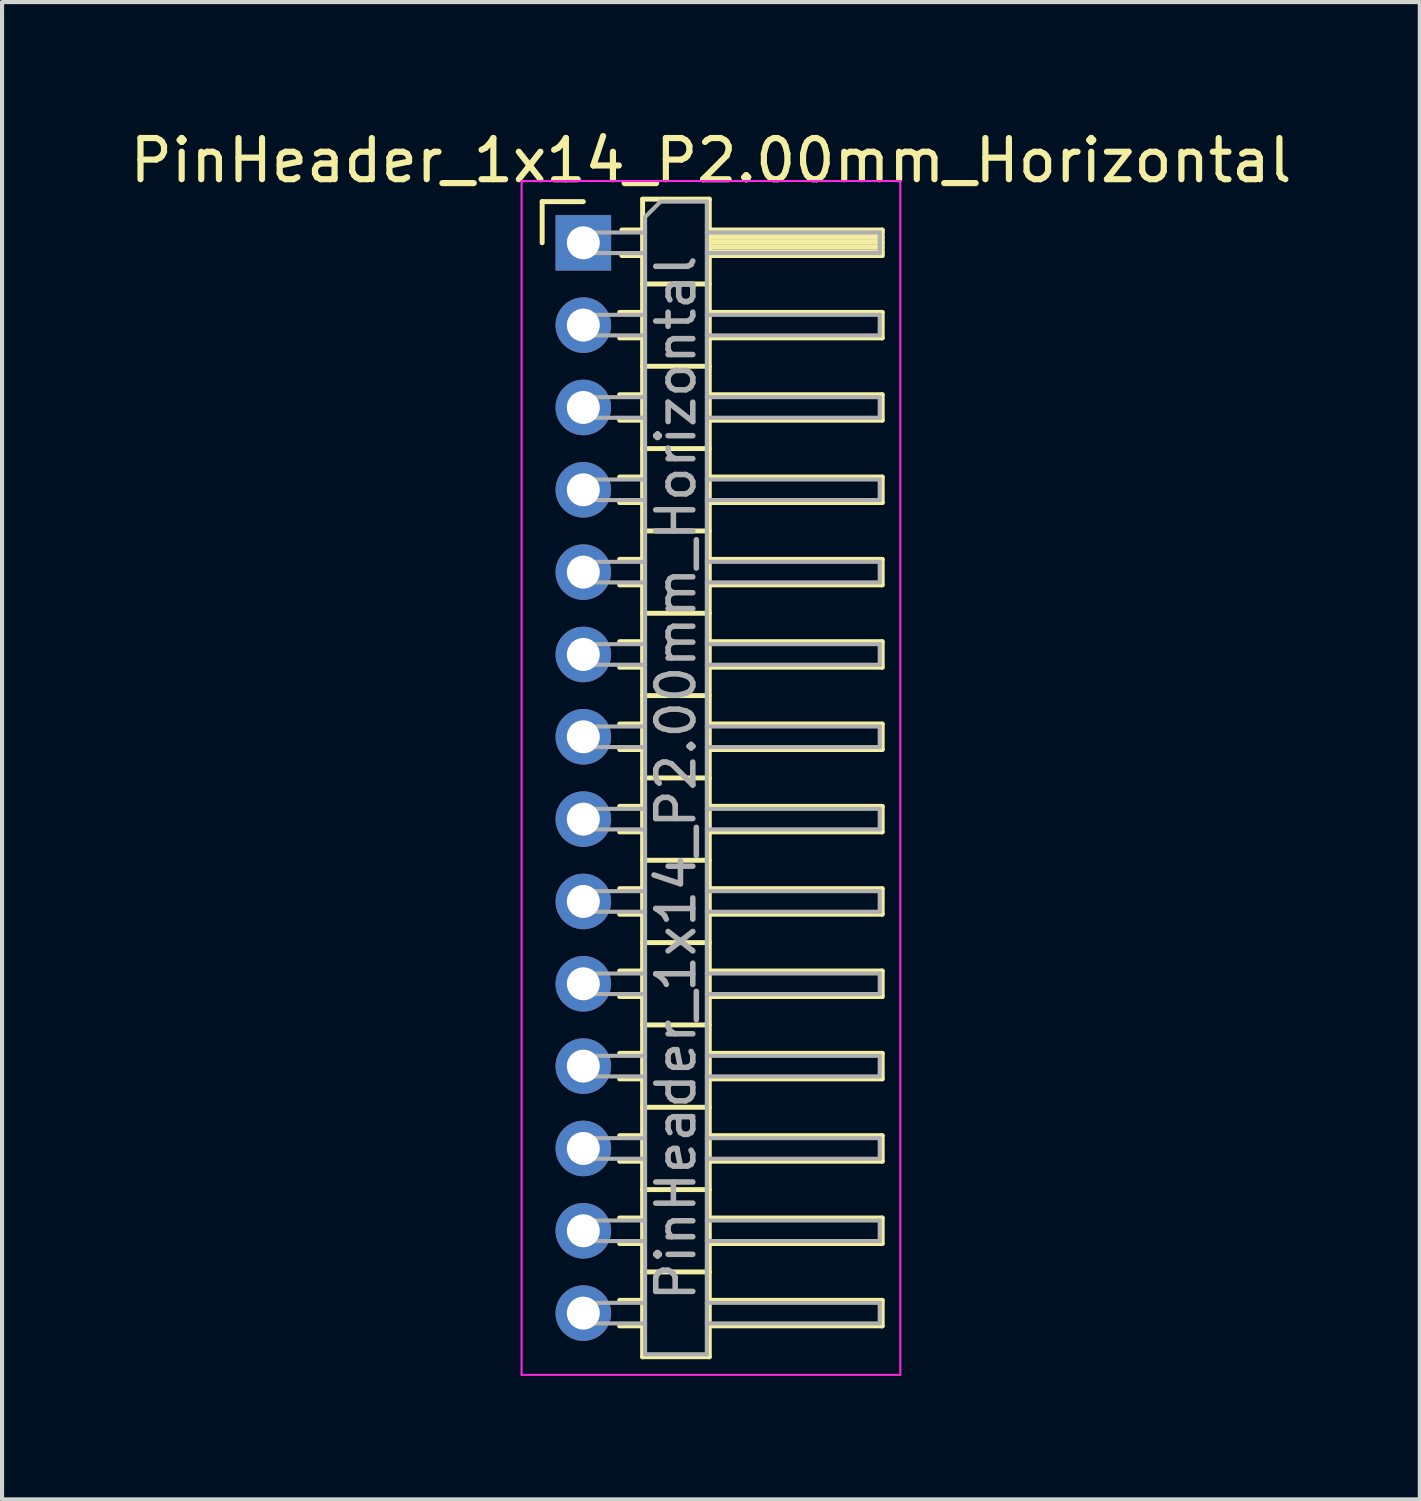
<source format=kicad_pcb>
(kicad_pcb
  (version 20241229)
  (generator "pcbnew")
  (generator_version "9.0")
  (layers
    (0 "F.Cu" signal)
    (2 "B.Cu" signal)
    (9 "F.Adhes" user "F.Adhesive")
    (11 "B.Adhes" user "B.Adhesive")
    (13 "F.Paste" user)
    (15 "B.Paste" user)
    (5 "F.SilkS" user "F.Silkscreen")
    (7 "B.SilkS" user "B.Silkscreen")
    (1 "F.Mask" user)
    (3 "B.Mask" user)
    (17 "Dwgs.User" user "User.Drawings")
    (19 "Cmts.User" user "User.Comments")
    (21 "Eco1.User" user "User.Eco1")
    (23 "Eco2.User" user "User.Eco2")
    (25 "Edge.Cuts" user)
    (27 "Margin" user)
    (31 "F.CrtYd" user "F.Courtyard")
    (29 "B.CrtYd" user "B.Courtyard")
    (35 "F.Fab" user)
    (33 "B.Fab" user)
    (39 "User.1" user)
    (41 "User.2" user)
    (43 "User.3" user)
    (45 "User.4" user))
  (footprint "PinHeader_1x14_P2.00mm_Horizontal"
    (layer "F.Cu")
    (at 11.12 2.848)
    (property "Reference" "PinHeader_1x14_P2.00mm_Horizontal" (at 3.1 -2 0) (layer "F.SilkS") (effects (font (size 1 1) (thickness 0.15))))
    (attr through_hole)
    (fp_line (start -1 -1) (end 0 -1) (stroke (width 0.12) (type solid)) (layer "F.SilkS"))
    (fp_line (start -1 0) (end -1 -1) (stroke (width 0.12) (type solid)) (layer "F.SilkS"))
    (fp_line (start 0.882 1.69) (end 1.44 1.69) (stroke (width 0.12) (type solid)) (layer "F.SilkS"))
    (fp_line (start 0.882 2.31) (end 1.44 2.31) (stroke (width 0.12) (type solid)) (layer "F.SilkS"))
    (fp_line (start 0.882 3.69) (end 1.44 3.69) (stroke (width 0.12) (type solid)) (layer "F.SilkS"))
    (fp_line (start 0.882 4.31) (end 1.44 4.31) (stroke (width 0.12) (type solid)) (layer "F.SilkS"))
    (fp_line (start 0.882 5.69) (end 1.44 5.69) (stroke (width 0.12) (type solid)) (layer "F.SilkS"))
    (fp_line (start 0.882 6.31) (end 1.44 6.31) (stroke (width 0.12) (type solid)) (layer "F.SilkS"))
    (fp_line (start 0.882 7.69) (end 1.44 7.69) (stroke (width 0.12) (type solid)) (layer "F.SilkS"))
    (fp_line (start 0.882 8.31) (end 1.44 8.31) (stroke (width 0.12) (type solid)) (layer "F.SilkS"))
    (fp_line (start 0.882 9.69) (end 1.44 9.69) (stroke (width 0.12) (type solid)) (layer "F.SilkS"))
    (fp_line (start 0.882 10.31) (end 1.44 10.31) (stroke (width 0.12) (type solid)) (layer "F.SilkS"))
    (fp_line (start 0.882 11.69) (end 1.44 11.69) (stroke (width 0.12) (type solid)) (layer "F.SilkS"))
    (fp_line (start 0.882 12.31) (end 1.44 12.31) (stroke (width 0.12) (type solid)) (layer "F.SilkS"))
    (fp_line (start 0.882 13.69) (end 1.44 13.69) (stroke (width 0.12) (type solid)) (layer "F.SilkS"))
    (fp_line (start 0.882 14.31) (end 1.44 14.31) (stroke (width 0.12) (type solid)) (layer "F.SilkS"))
    (fp_line (start 0.882 15.69) (end 1.44 15.69) (stroke (width 0.12) (type solid)) (layer "F.SilkS"))
    (fp_line (start 0.882 16.31) (end 1.44 16.31) (stroke (width 0.12) (type solid)) (layer "F.SilkS"))
    (fp_line (start 0.882 17.69) (end 1.44 17.69) (stroke (width 0.12) (type solid)) (layer "F.SilkS"))
    (fp_line (start 0.882 18.31) (end 1.44 18.31) (stroke (width 0.12) (type solid)) (layer "F.SilkS"))
    (fp_line (start 0.882 19.69) (end 1.44 19.69) (stroke (width 0.12) (type solid)) (layer "F.SilkS"))
    (fp_line (start 0.882 20.31) (end 1.44 20.31) (stroke (width 0.12) (type solid)) (layer "F.SilkS"))
    (fp_line (start 0.882 21.69) (end 1.44 21.69) (stroke (width 0.12) (type solid)) (layer "F.SilkS"))
    (fp_line (start 0.882 22.31) (end 1.44 22.31) (stroke (width 0.12) (type solid)) (layer "F.SilkS"))
    (fp_line (start 0.882 23.69) (end 1.44 23.69) (stroke (width 0.12) (type solid)) (layer "F.SilkS"))
    (fp_line (start 0.882 24.31) (end 1.44 24.31) (stroke (width 0.12) (type solid)) (layer "F.SilkS"))
    (fp_line (start 0.882 25.69) (end 1.44 25.69) (stroke (width 0.12) (type solid)) (layer "F.SilkS"))
    (fp_line (start 0.882 26.31) (end 1.44 26.31) (stroke (width 0.12) (type solid)) (layer "F.SilkS"))
    (fp_line (start 0.935 -0.31) (end 1.44 -0.31) (stroke (width 0.12) (type solid)) (layer "F.SilkS"))
    (fp_line (start 0.935 0.31) (end 1.44 0.31) (stroke (width 0.12) (type solid)) (layer "F.SilkS"))
    (fp_line (start 1.44 -1.06) (end 1.44 27.06) (stroke (width 0.12) (type solid)) (layer "F.SilkS"))
    (fp_line (start 1.44 1) (end 3.06 1) (stroke (width 0.12) (type solid)) (layer "F.SilkS"))
    (fp_line (start 1.44 3) (end 3.06 3) (stroke (width 0.12) (type solid)) (layer "F.SilkS"))
    (fp_line (start 1.44 5) (end 3.06 5) (stroke (width 0.12) (type solid)) (layer "F.SilkS"))
    (fp_line (start 1.44 7) (end 3.06 7) (stroke (width 0.12) (type solid)) (layer "F.SilkS"))
    (fp_line (start 1.44 9) (end 3.06 9) (stroke (width 0.12) (type solid)) (layer "F.SilkS"))
    (fp_line (start 1.44 11) (end 3.06 11) (stroke (width 0.12) (type solid)) (layer "F.SilkS"))
    (fp_line (start 1.44 13) (end 3.06 13) (stroke (width 0.12) (type solid)) (layer "F.SilkS"))
    (fp_line (start 1.44 15) (end 3.06 15) (stroke (width 0.12) (type solid)) (layer "F.SilkS"))
    (fp_line (start 1.44 17) (end 3.06 17) (stroke (width 0.12) (type solid)) (layer "F.SilkS"))
    (fp_line (start 1.44 19) (end 3.06 19) (stroke (width 0.12) (type solid)) (layer "F.SilkS"))
    (fp_line (start 1.44 21) (end 3.06 21) (stroke (width 0.12) (type solid)) (layer "F.SilkS"))
    (fp_line (start 1.44 23) (end 3.06 23) (stroke (width 0.12) (type solid)) (layer "F.SilkS"))
    (fp_line (start 1.44 25) (end 3.06 25) (stroke (width 0.12) (type solid)) (layer "F.SilkS"))
    (fp_line (start 1.44 27.06) (end 3.06 27.06) (stroke (width 0.12) (type solid)) (layer "F.SilkS"))
    (fp_line (start 3.06 -1.06) (end 1.44 -1.06) (stroke (width 0.12) (type solid)) (layer "F.SilkS"))
    (fp_line (start 3.06 -0.31) (end 7.26 -0.31) (stroke (width 0.12) (type solid)) (layer "F.SilkS"))
    (fp_line (start 3.06 -0.25) (end 7.26 -0.25) (stroke (width 0.12) (type solid)) (layer "F.SilkS"))
    (fp_line (start 3.06 -0.13) (end 7.26 -0.13) (stroke (width 0.12) (type solid)) (layer "F.SilkS"))
    (fp_line (start 3.06 -0.01) (end 7.26 -0.01) (stroke (width 0.12) (type solid)) (layer "F.SilkS"))
    (fp_line (start 3.06 0.11) (end 7.26 0.11) (stroke (width 0.12) (type solid)) (layer "F.SilkS"))
    (fp_line (start 3.06 0.23) (end 7.26 0.23) (stroke (width 0.12) (type solid)) (layer "F.SilkS"))
    (fp_line (start 3.06 1.69) (end 7.26 1.69) (stroke (width 0.12) (type solid)) (layer "F.SilkS"))
    (fp_line (start 3.06 3.69) (end 7.26 3.69) (stroke (width 0.12) (type solid)) (layer "F.SilkS"))
    (fp_line (start 3.06 5.69) (end 7.26 5.69) (stroke (width 0.12) (type solid)) (layer "F.SilkS"))
    (fp_line (start 3.06 7.69) (end 7.26 7.69) (stroke (width 0.12) (type solid)) (layer "F.SilkS"))
    (fp_line (start 3.06 9.69) (end 7.26 9.69) (stroke (width 0.12) (type solid)) (layer "F.SilkS"))
    (fp_line (start 3.06 11.69) (end 7.26 11.69) (stroke (width 0.12) (type solid)) (layer "F.SilkS"))
    (fp_line (start 3.06 13.69) (end 7.26 13.69) (stroke (width 0.12) (type solid)) (layer "F.SilkS"))
    (fp_line (start 3.06 15.69) (end 7.26 15.69) (stroke (width 0.12) (type solid)) (layer "F.SilkS"))
    (fp_line (start 3.06 17.69) (end 7.26 17.69) (stroke (width 0.12) (type solid)) (layer "F.SilkS"))
    (fp_line (start 3.06 19.69) (end 7.26 19.69) (stroke (width 0.12) (type solid)) (layer "F.SilkS"))
    (fp_line (start 3.06 21.69) (end 7.26 21.69) (stroke (width 0.12) (type solid)) (layer "F.SilkS"))
    (fp_line (start 3.06 23.69) (end 7.26 23.69) (stroke (width 0.12) (type solid)) (layer "F.SilkS"))
    (fp_line (start 3.06 25.69) (end 7.26 25.69) (stroke (width 0.12) (type solid)) (layer "F.SilkS"))
    (fp_line (start 3.06 27.06) (end 3.06 -1.06) (stroke (width 0.12) (type solid)) (layer "F.SilkS"))
    (fp_line (start 7.26 -0.31) (end 7.26 0.31) (stroke (width 0.12) (type solid)) (layer "F.SilkS"))
    (fp_line (start 7.26 0.31) (end 3.06 0.31) (stroke (width 0.12) (type solid)) (layer "F.SilkS"))
    (fp_line (start 7.26 1.69) (end 7.26 2.31) (stroke (width 0.12) (type solid)) (layer "F.SilkS"))
    (fp_line (start 7.26 2.31) (end 3.06 2.31) (stroke (width 0.12) (type solid)) (layer "F.SilkS"))
    (fp_line (start 7.26 3.69) (end 7.26 4.31) (stroke (width 0.12) (type solid)) (layer "F.SilkS"))
    (fp_line (start 7.26 4.31) (end 3.06 4.31) (stroke (width 0.12) (type solid)) (layer "F.SilkS"))
    (fp_line (start 7.26 5.69) (end 7.26 6.31) (stroke (width 0.12) (type solid)) (layer "F.SilkS"))
    (fp_line (start 7.26 6.31) (end 3.06 6.31) (stroke (width 0.12) (type solid)) (layer "F.SilkS"))
    (fp_line (start 7.26 7.69) (end 7.26 8.31) (stroke (width 0.12) (type solid)) (layer "F.SilkS"))
    (fp_line (start 7.26 8.31) (end 3.06 8.31) (stroke (width 0.12) (type solid)) (layer "F.SilkS"))
    (fp_line (start 7.26 9.69) (end 7.26 10.31) (stroke (width 0.12) (type solid)) (layer "F.SilkS"))
    (fp_line (start 7.26 10.31) (end 3.06 10.31) (stroke (width 0.12) (type solid)) (layer "F.SilkS"))
    (fp_line (start 7.26 11.69) (end 7.26 12.31) (stroke (width 0.12) (type solid)) (layer "F.SilkS"))
    (fp_line (start 7.26 12.31) (end 3.06 12.31) (stroke (width 0.12) (type solid)) (layer "F.SilkS"))
    (fp_line (start 7.26 13.69) (end 7.26 14.31) (stroke (width 0.12) (type solid)) (layer "F.SilkS"))
    (fp_line (start 7.26 14.31) (end 3.06 14.31) (stroke (width 0.12) (type solid)) (layer "F.SilkS"))
    (fp_line (start 7.26 15.69) (end 7.26 16.31) (stroke (width 0.12) (type solid)) (layer "F.SilkS"))
    (fp_line (start 7.26 16.31) (end 3.06 16.31) (stroke (width 0.12) (type solid)) (layer "F.SilkS"))
    (fp_line (start 7.26 17.69) (end 7.26 18.31) (stroke (width 0.12) (type solid)) (layer "F.SilkS"))
    (fp_line (start 7.26 18.31) (end 3.06 18.31) (stroke (width 0.12) (type solid)) (layer "F.SilkS"))
    (fp_line (start 7.26 19.69) (end 7.26 20.31) (stroke (width 0.12) (type solid)) (layer "F.SilkS"))
    (fp_line (start 7.26 20.31) (end 3.06 20.31) (stroke (width 0.12) (type solid)) (layer "F.SilkS"))
    (fp_line (start 7.26 21.69) (end 7.26 22.31) (stroke (width 0.12) (type solid)) (layer "F.SilkS"))
    (fp_line (start 7.26 22.31) (end 3.06 22.31) (stroke (width 0.12) (type solid)) (layer "F.SilkS"))
    (fp_line (start 7.26 23.69) (end 7.26 24.31) (stroke (width 0.12) (type solid)) (layer "F.SilkS"))
    (fp_line (start 7.26 24.31) (end 3.06 24.31) (stroke (width 0.12) (type solid)) (layer "F.SilkS"))
    (fp_line (start 7.26 25.69) (end 7.26 26.31) (stroke (width 0.12) (type solid)) (layer "F.SilkS"))
    (fp_line (start 7.26 26.31) (end 3.06 26.31) (stroke (width 0.12) (type solid)) (layer "F.SilkS"))
    (fp_line (start -1.5 -1.5) (end -1.5 27.5) (stroke (width 0.05) (type solid)) (layer "F.CrtYd"))
    (fp_line (start -1.5 27.5) (end 7.7 27.5) (stroke (width 0.05) (type solid)) (layer "F.CrtYd"))
    (fp_line (start 7.7 -1.5) (end -1.5 -1.5) (stroke (width 0.05) (type solid)) (layer "F.CrtYd"))
    (fp_line (start 7.7 27.5) (end 7.7 -1.5) (stroke (width 0.05) (type solid)) (layer "F.CrtYd"))
    (fp_line (start -0.25 -0.25) (end -0.25 0.25) (stroke (width 0.1) (type solid)) (layer "F.Fab"))
    (fp_line (start -0.25 -0.25) (end 1.5 -0.25) (stroke (width 0.1) (type solid)) (layer "F.Fab"))
    (fp_line (start -0.25 0.25) (end 1.5 0.25) (stroke (width 0.1) (type solid)) (layer "F.Fab"))
    (fp_line (start -0.25 1.75) (end -0.25 2.25) (stroke (width 0.1) (type solid)) (layer "F.Fab"))
    (fp_line (start -0.25 1.75) (end 1.5 1.75) (stroke (width 0.1) (type solid)) (layer "F.Fab"))
    (fp_line (start -0.25 2.25) (end 1.5 2.25) (stroke (width 0.1) (type solid)) (layer "F.Fab"))
    (fp_line (start -0.25 3.75) (end -0.25 4.25) (stroke (width 0.1) (type solid)) (layer "F.Fab"))
    (fp_line (start -0.25 3.75) (end 1.5 3.75) (stroke (width 0.1) (type solid)) (layer "F.Fab"))
    (fp_line (start -0.25 4.25) (end 1.5 4.25) (stroke (width 0.1) (type solid)) (layer "F.Fab"))
    (fp_line (start -0.25 5.75) (end -0.25 6.25) (stroke (width 0.1) (type solid)) (layer "F.Fab"))
    (fp_line (start -0.25 5.75) (end 1.5 5.75) (stroke (width 0.1) (type solid)) (layer "F.Fab"))
    (fp_line (start -0.25 6.25) (end 1.5 6.25) (stroke (width 0.1) (type solid)) (layer "F.Fab"))
    (fp_line (start -0.25 7.75) (end -0.25 8.25) (stroke (width 0.1) (type solid)) (layer "F.Fab"))
    (fp_line (start -0.25 7.75) (end 1.5 7.75) (stroke (width 0.1) (type solid)) (layer "F.Fab"))
    (fp_line (start -0.25 8.25) (end 1.5 8.25) (stroke (width 0.1) (type solid)) (layer "F.Fab"))
    (fp_line (start -0.25 9.75) (end -0.25 10.25) (stroke (width 0.1) (type solid)) (layer "F.Fab"))
    (fp_line (start -0.25 9.75) (end 1.5 9.75) (stroke (width 0.1) (type solid)) (layer "F.Fab"))
    (fp_line (start -0.25 10.25) (end 1.5 10.25) (stroke (width 0.1) (type solid)) (layer "F.Fab"))
    (fp_line (start -0.25 11.75) (end -0.25 12.25) (stroke (width 0.1) (type solid)) (layer "F.Fab"))
    (fp_line (start -0.25 11.75) (end 1.5 11.75) (stroke (width 0.1) (type solid)) (layer "F.Fab"))
    (fp_line (start -0.25 12.25) (end 1.5 12.25) (stroke (width 0.1) (type solid)) (layer "F.Fab"))
    (fp_line (start -0.25 13.75) (end -0.25 14.25) (stroke (width 0.1) (type solid)) (layer "F.Fab"))
    (fp_line (start -0.25 13.75) (end 1.5 13.75) (stroke (width 0.1) (type solid)) (layer "F.Fab"))
    (fp_line (start -0.25 14.25) (end 1.5 14.25) (stroke (width 0.1) (type solid)) (layer "F.Fab"))
    (fp_line (start -0.25 15.75) (end -0.25 16.25) (stroke (width 0.1) (type solid)) (layer "F.Fab"))
    (fp_line (start -0.25 15.75) (end 1.5 15.75) (stroke (width 0.1) (type solid)) (layer "F.Fab"))
    (fp_line (start -0.25 16.25) (end 1.5 16.25) (stroke (width 0.1) (type solid)) (layer "F.Fab"))
    (fp_line (start -0.25 17.75) (end -0.25 18.25) (stroke (width 0.1) (type solid)) (layer "F.Fab"))
    (fp_line (start -0.25 17.75) (end 1.5 17.75) (stroke (width 0.1) (type solid)) (layer "F.Fab"))
    (fp_line (start -0.25 18.25) (end 1.5 18.25) (stroke (width 0.1) (type solid)) (layer "F.Fab"))
    (fp_line (start -0.25 19.75) (end -0.25 20.25) (stroke (width 0.1) (type solid)) (layer "F.Fab"))
    (fp_line (start -0.25 19.75) (end 1.5 19.75) (stroke (width 0.1) (type solid)) (layer "F.Fab"))
    (fp_line (start -0.25 20.25) (end 1.5 20.25) (stroke (width 0.1) (type solid)) (layer "F.Fab"))
    (fp_line (start -0.25 21.75) (end -0.25 22.25) (stroke (width 0.1) (type solid)) (layer "F.Fab"))
    (fp_line (start -0.25 21.75) (end 1.5 21.75) (stroke (width 0.1) (type solid)) (layer "F.Fab"))
    (fp_line (start -0.25 22.25) (end 1.5 22.25) (stroke (width 0.1) (type solid)) (layer "F.Fab"))
    (fp_line (start -0.25 23.75) (end -0.25 24.25) (stroke (width 0.1) (type solid)) (layer "F.Fab"))
    (fp_line (start -0.25 23.75) (end 1.5 23.75) (stroke (width 0.1) (type solid)) (layer "F.Fab"))
    (fp_line (start -0.25 24.25) (end 1.5 24.25) (stroke (width 0.1) (type solid)) (layer "F.Fab"))
    (fp_line (start -0.25 25.75) (end -0.25 26.25) (stroke (width 0.1) (type solid)) (layer "F.Fab"))
    (fp_line (start -0.25 25.75) (end 1.5 25.75) (stroke (width 0.1) (type solid)) (layer "F.Fab"))
    (fp_line (start -0.25 26.25) (end 1.5 26.25) (stroke (width 0.1) (type solid)) (layer "F.Fab"))
    (fp_line (start 1.5 -0.625) (end 1.875 -1) (stroke (width 0.1) (type solid)) (layer "F.Fab"))
    (fp_line (start 1.5 27) (end 1.5 -0.625) (stroke (width 0.1) (type solid)) (layer "F.Fab"))
    (fp_line (start 1.875 -1) (end 3 -1) (stroke (width 0.1) (type solid)) (layer "F.Fab"))
    (fp_line (start 3 -1) (end 3 27) (stroke (width 0.1) (type solid)) (layer "F.Fab"))
    (fp_line (start 3 -0.25) (end 7.2 -0.25) (stroke (width 0.1) (type solid)) (layer "F.Fab"))
    (fp_line (start 3 0.25) (end 7.2 0.25) (stroke (width 0.1) (type solid)) (layer "F.Fab"))
    (fp_line (start 3 1.75) (end 7.2 1.75) (stroke (width 0.1) (type solid)) (layer "F.Fab"))
    (fp_line (start 3 2.25) (end 7.2 2.25) (stroke (width 0.1) (type solid)) (layer "F.Fab"))
    (fp_line (start 3 3.75) (end 7.2 3.75) (stroke (width 0.1) (type solid)) (layer "F.Fab"))
    (fp_line (start 3 4.25) (end 7.2 4.25) (stroke (width 0.1) (type solid)) (layer "F.Fab"))
    (fp_line (start 3 5.75) (end 7.2 5.75) (stroke (width 0.1) (type solid)) (layer "F.Fab"))
    (fp_line (start 3 6.25) (end 7.2 6.25) (stroke (width 0.1) (type solid)) (layer "F.Fab"))
    (fp_line (start 3 7.75) (end 7.2 7.75) (stroke (width 0.1) (type solid)) (layer "F.Fab"))
    (fp_line (start 3 8.25) (end 7.2 8.25) (stroke (width 0.1) (type solid)) (layer "F.Fab"))
    (fp_line (start 3 9.75) (end 7.2 9.75) (stroke (width 0.1) (type solid)) (layer "F.Fab"))
    (fp_line (start 3 10.25) (end 7.2 10.25) (stroke (width 0.1) (type solid)) (layer "F.Fab"))
    (fp_line (start 3 11.75) (end 7.2 11.75) (stroke (width 0.1) (type solid)) (layer "F.Fab"))
    (fp_line (start 3 12.25) (end 7.2 12.25) (stroke (width 0.1) (type solid)) (layer "F.Fab"))
    (fp_line (start 3 13.75) (end 7.2 13.75) (stroke (width 0.1) (type solid)) (layer "F.Fab"))
    (fp_line (start 3 14.25) (end 7.2 14.25) (stroke (width 0.1) (type solid)) (layer "F.Fab"))
    (fp_line (start 3 15.75) (end 7.2 15.75) (stroke (width 0.1) (type solid)) (layer "F.Fab"))
    (fp_line (start 3 16.25) (end 7.2 16.25) (stroke (width 0.1) (type solid)) (layer "F.Fab"))
    (fp_line (start 3 17.75) (end 7.2 17.75) (stroke (width 0.1) (type solid)) (layer "F.Fab"))
    (fp_line (start 3 18.25) (end 7.2 18.25) (stroke (width 0.1) (type solid)) (layer "F.Fab"))
    (fp_line (start 3 19.75) (end 7.2 19.75) (stroke (width 0.1) (type solid)) (layer "F.Fab"))
    (fp_line (start 3 20.25) (end 7.2 20.25) (stroke (width 0.1) (type solid)) (layer "F.Fab"))
    (fp_line (start 3 21.75) (end 7.2 21.75) (stroke (width 0.1) (type solid)) (layer "F.Fab"))
    (fp_line (start 3 22.25) (end 7.2 22.25) (stroke (width 0.1) (type solid)) (layer "F.Fab"))
    (fp_line (start 3 23.75) (end 7.2 23.75) (stroke (width 0.1) (type solid)) (layer "F.Fab"))
    (fp_line (start 3 24.25) (end 7.2 24.25) (stroke (width 0.1) (type solid)) (layer "F.Fab"))
    (fp_line (start 3 25.75) (end 7.2 25.75) (stroke (width 0.1) (type solid)) (layer "F.Fab"))
    (fp_line (start 3 26.25) (end 7.2 26.25) (stroke (width 0.1) (type solid)) (layer "F.Fab"))
    (fp_line (start 3 27) (end 1.5 27) (stroke (width 0.1) (type solid)) (layer "F.Fab"))
    (fp_line (start 7.2 -0.25) (end 7.2 0.25) (stroke (width 0.1) (type solid)) (layer "F.Fab"))
    (fp_line (start 7.2 1.75) (end 7.2 2.25) (stroke (width 0.1) (type solid)) (layer "F.Fab"))
    (fp_line (start 7.2 3.75) (end 7.2 4.25) (stroke (width 0.1) (type solid)) (layer "F.Fab"))
    (fp_line (start 7.2 5.75) (end 7.2 6.25) (stroke (width 0.1) (type solid)) (layer "F.Fab"))
    (fp_line (start 7.2 7.75) (end 7.2 8.25) (stroke (width 0.1) (type solid)) (layer "F.Fab"))
    (fp_line (start 7.2 9.75) (end 7.2 10.25) (stroke (width 0.1) (type solid)) (layer "F.Fab"))
    (fp_line (start 7.2 11.75) (end 7.2 12.25) (stroke (width 0.1) (type solid)) (layer "F.Fab"))
    (fp_line (start 7.2 13.75) (end 7.2 14.25) (stroke (width 0.1) (type solid)) (layer "F.Fab"))
    (fp_line (start 7.2 15.75) (end 7.2 16.25) (stroke (width 0.1) (type solid)) (layer "F.Fab"))
    (fp_line (start 7.2 17.75) (end 7.2 18.25) (stroke (width 0.1) (type solid)) (layer "F.Fab"))
    (fp_line (start 7.2 19.75) (end 7.2 20.25) (stroke (width 0.1) (type solid)) (layer "F.Fab"))
    (fp_line (start 7.2 21.75) (end 7.2 22.25) (stroke (width 0.1) (type solid)) (layer "F.Fab"))
    (fp_line (start 7.2 23.75) (end 7.2 24.25) (stroke (width 0.1) (type solid)) (layer "F.Fab"))
    (fp_line (start 7.2 25.75) (end 7.2 26.25) (stroke (width 0.1) (type solid)) (layer "F.Fab"))
    (fp_text user "${REFERENCE}" (at 2.25 13 90) (layer "F.Fab") (effects (font (size 0.9 0.9) (thickness 0.135))))
    (pad "1" thru_hole rect (at 0 0) (size 1.35 1.35) (drill 0.8) (layers "*.Cu" "*.Mask"))
    (pad "2" thru_hole oval (at 0 2) (size 1.35 1.35) (drill 0.8) (layers "*.Cu" "*.Mask"))
    (pad "3" thru_hole oval (at 0 4) (size 1.35 1.35) (drill 0.8) (layers "*.Cu" "*.Mask"))
    (pad "4" thru_hole oval (at 0 6) (size 1.35 1.35) (drill 0.8) (layers "*.Cu" "*.Mask"))
    (pad "5" thru_hole oval (at 0 8) (size 1.35 1.35) (drill 0.8) (layers "*.Cu" "*.Mask"))
    (pad "6" thru_hole oval (at 0 10) (size 1.35 1.35) (drill 0.8) (layers "*.Cu" "*.Mask"))
    (pad "7" thru_hole oval (at 0 12) (size 1.35 1.35) (drill 0.8) (layers "*.Cu" "*.Mask"))
    (pad "8" thru_hole oval (at 0 14) (size 1.35 1.35) (drill 0.8) (layers "*.Cu" "*.Mask"))
    (pad "9" thru_hole oval (at 0 16) (size 1.35 1.35) (drill 0.8) (layers "*.Cu" "*.Mask"))
    (pad "10" thru_hole oval (at 0 18) (size 1.35 1.35) (drill 0.8) (layers "*.Cu" "*.Mask"))
    (pad "11" thru_hole oval (at 0 20) (size 1.35 1.35) (drill 0.8) (layers "*.Cu" "*.Mask"))
    (pad "12" thru_hole oval (at 0 22) (size 1.35 1.35) (drill 0.8) (layers "*.Cu" "*.Mask"))
    (pad "13" thru_hole oval (at 0 24) (size 1.35 1.35) (drill 0.8) (layers "*.Cu" "*.Mask"))
    (pad "14" thru_hole oval (at 0 26) (size 1.35 1.35) (drill 0.8) (layers "*.Cu" "*.Mask")))
  (gr_rect
    (start -3 -3)
    (end 31.44 33.373)
    (stroke (width 0.1) (type default))
    (fill no)
    (layer "Edge.Cuts")))
</source>
